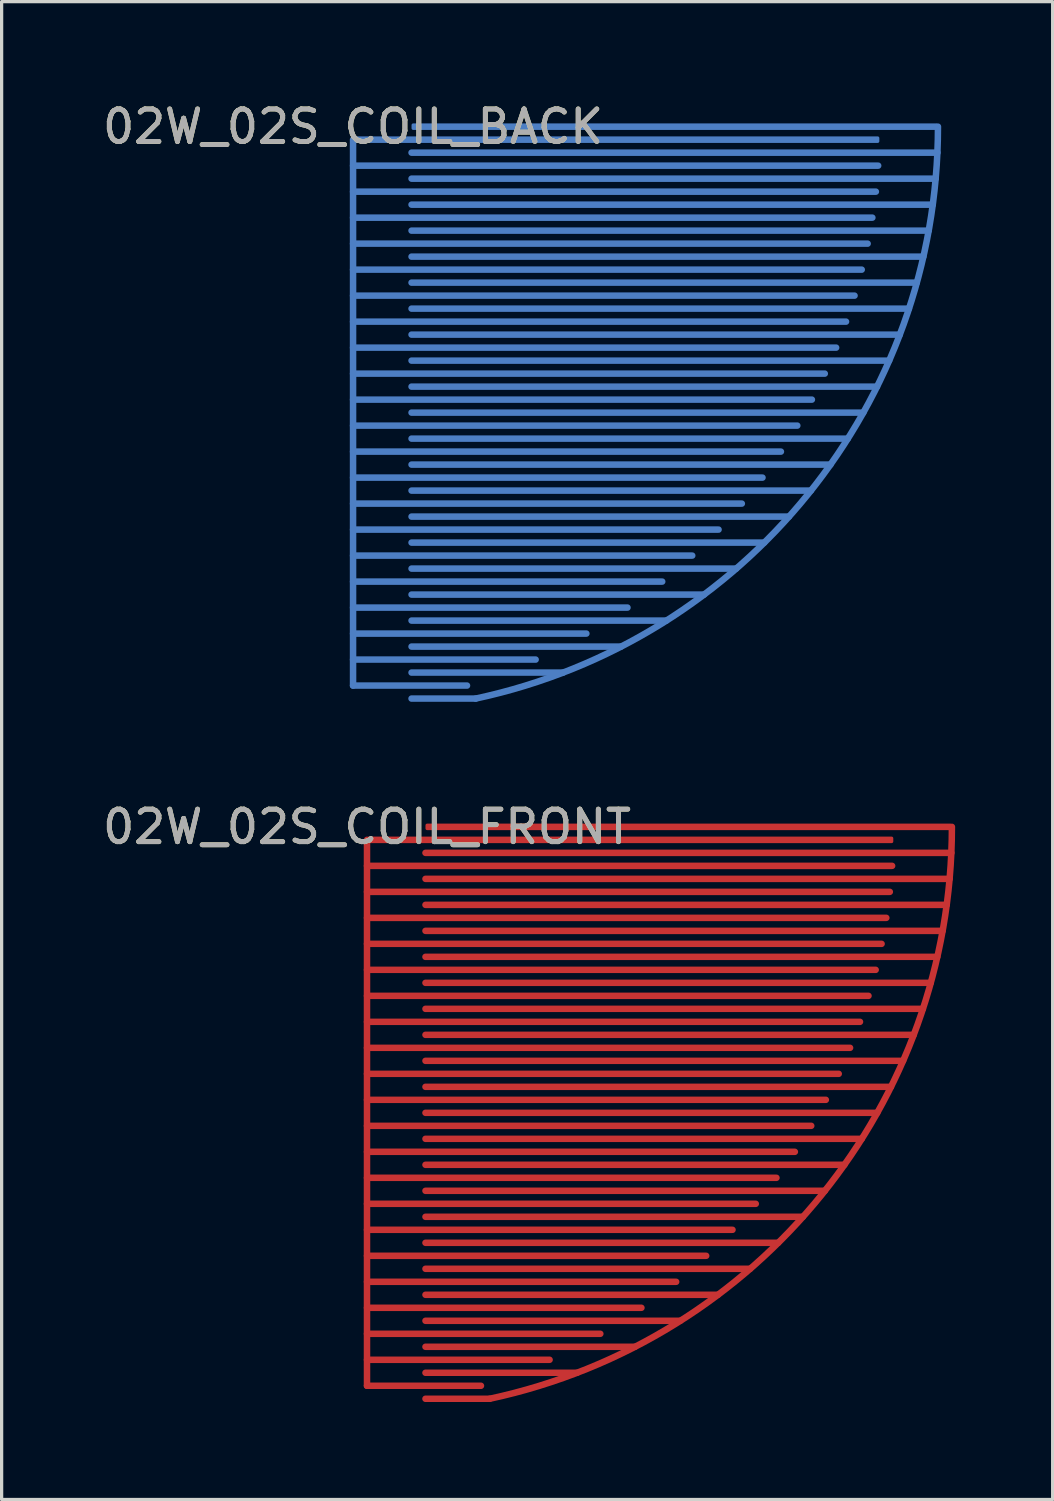
<source format=kicad_pcb>
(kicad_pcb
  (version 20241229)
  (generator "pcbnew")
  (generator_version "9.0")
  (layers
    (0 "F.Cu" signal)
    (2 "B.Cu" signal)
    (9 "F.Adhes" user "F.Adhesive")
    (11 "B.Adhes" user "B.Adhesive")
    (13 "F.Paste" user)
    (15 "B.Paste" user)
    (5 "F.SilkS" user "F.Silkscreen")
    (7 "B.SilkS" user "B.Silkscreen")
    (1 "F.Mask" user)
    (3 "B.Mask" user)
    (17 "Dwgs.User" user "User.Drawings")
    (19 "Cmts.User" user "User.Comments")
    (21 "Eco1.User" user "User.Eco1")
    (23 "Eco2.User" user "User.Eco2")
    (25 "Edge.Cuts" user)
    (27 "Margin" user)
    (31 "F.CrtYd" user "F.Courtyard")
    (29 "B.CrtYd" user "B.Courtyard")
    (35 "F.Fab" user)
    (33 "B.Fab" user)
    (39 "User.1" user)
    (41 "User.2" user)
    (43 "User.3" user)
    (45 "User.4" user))
  (footprint "02W_02S_COIL_FRONT"
    (layer "F.Cu")
    (at 8.244 22.396)
    (property "Reference" "02W_02S_COIL_FRONT" (at 0 0 0) (unlocked yes) (layer "F.SilkS") (effects (font (size 1 1) (thickness 0.15))))
    (attr smd exclude_from_pos_files exclude_from_bom allow_missing_courtyard)
    (fp_line (start 0 0.4) (end 0 17.2) (stroke (width 0.2) (type default)) (layer "F.Cu"))
    (fp_line (start 0 1.2) (end 16.16 1.2) (stroke (width 0.2) (type default)) (layer "F.Cu"))
    (fp_line (start 0 2) (end 16.089 2) (stroke (width 0.2) (type default)) (layer "F.Cu"))
    (fp_line (start 0 2.8) (end 15.981 2.8) (stroke (width 0.2) (type default)) (layer "F.Cu"))
    (fp_line (start 0 3.6) (end 15.836 3.6) (stroke (width 0.2) (type default)) (layer "F.Cu"))
    (fp_line (start 0 4.4) (end 15.654 4.4) (stroke (width 0.2) (type default)) (layer "F.Cu"))
    (fp_line (start 0 5.2) (end 15.433 5.2) (stroke (width 0.2) (type default)) (layer "F.Cu"))
    (fp_line (start 0 6) (end 15.171 6) (stroke (width 0.2) (type default)) (layer "F.Cu"))
    (fp_line (start 0 6.8) (end 14.866 6.8) (stroke (width 0.2) (type default)) (layer "F.Cu"))
    (fp_line (start 0 7.6) (end 14.517 7.6) (stroke (width 0.2) (type default)) (layer "F.Cu"))
    (fp_line (start 0 8.4) (end 14.12 8.4) (stroke (width 0.2) (type default)) (layer "F.Cu"))
    (fp_line (start 0 9.2) (end 13.671 9.2) (stroke (width 0.2) (type default)) (layer "F.Cu"))
    (fp_line (start 0 10) (end 13.167 10) (stroke (width 0.2) (type default)) (layer "F.Cu"))
    (fp_line (start 0 10.8) (end 12.6 10.8) (stroke (width 0.2) (type default)) (layer "F.Cu"))
    (fp_line (start 0 11.6) (end 11.964 11.6) (stroke (width 0.2) (type default)) (layer "F.Cu"))
    (fp_line (start 0 12.4) (end 11.248 12.4) (stroke (width 0.2) (type default)) (layer "F.Cu"))
    (fp_line (start 0 13.2) (end 10.438 13.2) (stroke (width 0.2) (type default)) (layer "F.Cu"))
    (fp_line (start 0 14) (end 9.514 14) (stroke (width 0.2) (type default)) (layer "F.Cu"))
    (fp_line (start 0 14.8) (end 8.445 14.8) (stroke (width 0.2) (type default)) (layer "F.Cu"))
    (fp_line (start 0 15.6) (end 7.18 15.6) (stroke (width 0.2) (type default)) (layer "F.Cu"))
    (fp_line (start 0 16.4) (end 5.619 16.4) (stroke (width 0.2) (type default)) (layer "F.Cu"))
    (fp_line (start 0 17.2) (end 3.507 17.2) (stroke (width 0.2) (type default)) (layer "F.Cu"))
    (fp_line (start 1.8 0.8) (end 17.982 0.8) (stroke (width 0.2) (type default)) (layer "F.Cu"))
    (fp_line (start 1.8 1.6) (end 17.929 1.6) (stroke (width 0.2) (type default)) (layer "F.Cu"))
    (fp_line (start 1.8 2.4) (end 17.839 2.4) (stroke (width 0.2) (type default)) (layer "F.Cu"))
    (fp_line (start 1.8 3.2) (end 17.713 3.2) (stroke (width 0.2) (type default)) (layer "F.Cu"))
    (fp_line (start 1.8 4) (end 17.55 4) (stroke (width 0.2) (type default)) (layer "F.Cu"))
    (fp_line (start 1.8 4.8) (end 17.348 4.8) (stroke (width 0.2) (type default)) (layer "F.Cu"))
    (fp_line (start 1.8 5.6) (end 17.107 5.6) (stroke (width 0.2) (type default)) (layer "F.Cu"))
    (fp_line (start 1.8 6.4) (end 16.824 6.4) (stroke (width 0.2) (type default)) (layer "F.Cu"))
    (fp_line (start 1.8 7.2) (end 16.497 7.2) (stroke (width 0.2) (type default)) (layer "F.Cu"))
    (fp_line (start 1.8 8) (end 16.125 8) (stroke (width 0.2) (type default)) (layer "F.Cu"))
    (fp_line (start 1.8 8.8) (end 15.702 8.8) (stroke (width 0.2) (type default)) (layer "F.Cu"))
    (fp_line (start 1.8 9.6) (end 15.226 9.6) (stroke (width 0.2) (type default)) (layer "F.Cu"))
    (fp_line (start 1.8 10.4) (end 14.691 10.4) (stroke (width 0.2) (type default)) (layer "F.Cu"))
    (fp_line (start 1.8 11.2) (end 14.091 11.2) (stroke (width 0.2) (type default)) (layer "F.Cu"))
    (fp_line (start 1.8 12) (end 13.416 12) (stroke (width 0.2) (type default)) (layer "F.Cu"))
    (fp_line (start 1.8 12.8) (end 12.655 12.8) (stroke (width 0.2) (type default)) (layer "F.Cu"))
    (fp_line (start 1.8 13.6) (end 11.792 13.6) (stroke (width 0.2) (type default)) (layer "F.Cu"))
    (fp_line (start 1.8 14.4) (end 10.8 14.4) (stroke (width 0.2) (type default)) (layer "F.Cu"))
    (fp_line (start 1.8 15.2) (end 9.642 15.2) (stroke (width 0.2) (type default)) (layer "F.Cu"))
    (fp_line (start 1.8 16) (end 8.246 16) (stroke (width 0.2) (type default)) (layer "F.Cu"))
    (fp_line (start 1.8 16.8) (end 6.462 16.8) (stroke (width 0.2) (type default)) (layer "F.Cu"))
    (fp_line (start 1.8 17.6) (end 3.774 17.6) (stroke (width 0.2) (type default)) (layer "F.Cu"))
    (fp_arc (start 18 0) (mid 12.728 12.728) (end 3.774 17.6) (stroke (width 0.2) (type default)) (layer "F.Cu"))
    (fp_text user "${REFERENCE}" (at 0 0 0) (unlocked yes) (layer "F.Fab") (effects (font (size 1 1) (thickness 0.15))))
    (pad "1" smd roundrect (at 8.098 0.4) (size 16.196 0.2) (layers "F.Cu") (roundrect_rratio 0.25))
    (pad "2" smd roundrect (at 9.9 0) (size 16.2 0.2) (layers "F.Cu") (roundrect_rratio 0.25)))
  (footprint "02W_02S_COIL_BACK"
    (layer "F.Cu")
    (at 7.815 0.848)
    (property "Reference" "02W_02S_COIL_BACK" (at 0 0 0) (unlocked yes) (layer "F.SilkS") (effects (font (size 1 1) (thickness 0.15))))
    (attr smd exclude_from_pos_files exclude_from_bom allow_missing_courtyard)
    (fp_line (start 0 0.4) (end 0 17.2) (stroke (width 0.2) (type solid)) (layer "B.Cu"))
    (fp_line (start 0 1.2) (end 16.16 1.2) (stroke (width 0.2) (type solid)) (layer "B.Cu"))
    (fp_line (start 0 2) (end 16.089 2) (stroke (width 0.2) (type solid)) (layer "B.Cu"))
    (fp_line (start 0 2.8) (end 15.981 2.8) (stroke (width 0.2) (type solid)) (layer "B.Cu"))
    (fp_line (start 0 3.6) (end 15.836 3.6) (stroke (width 0.2) (type solid)) (layer "B.Cu"))
    (fp_line (start 0 4.4) (end 15.654 4.4) (stroke (width 0.2) (type solid)) (layer "B.Cu"))
    (fp_line (start 0 5.2) (end 15.433 5.2) (stroke (width 0.2) (type solid)) (layer "B.Cu"))
    (fp_line (start 0 6) (end 15.171 6) (stroke (width 0.2) (type solid)) (layer "B.Cu"))
    (fp_line (start 0 6.8) (end 14.866 6.8) (stroke (width 0.2) (type solid)) (layer "B.Cu"))
    (fp_line (start 0 7.6) (end 14.517 7.6) (stroke (width 0.2) (type solid)) (layer "B.Cu"))
    (fp_line (start 0 8.4) (end 14.12 8.4) (stroke (width 0.2) (type solid)) (layer "B.Cu"))
    (fp_line (start 0 9.2) (end 13.671 9.2) (stroke (width 0.2) (type solid)) (layer "B.Cu"))
    (fp_line (start 0 10) (end 13.167 10) (stroke (width 0.2) (type solid)) (layer "B.Cu"))
    (fp_line (start 0 10.8) (end 12.6 10.8) (stroke (width 0.2) (type solid)) (layer "B.Cu"))
    (fp_line (start 0 11.6) (end 11.964 11.6) (stroke (width 0.2) (type solid)) (layer "B.Cu"))
    (fp_line (start 0 12.4) (end 11.248 12.4) (stroke (width 0.2) (type solid)) (layer "B.Cu"))
    (fp_line (start 0 13.2) (end 10.438 13.2) (stroke (width 0.2) (type solid)) (layer "B.Cu"))
    (fp_line (start 0 14) (end 9.514 14) (stroke (width 0.2) (type solid)) (layer "B.Cu"))
    (fp_line (start 0 14.8) (end 8.445 14.8) (stroke (width 0.2) (type solid)) (layer "B.Cu"))
    (fp_line (start 0 15.6) (end 7.18 15.6) (stroke (width 0.2) (type solid)) (layer "B.Cu"))
    (fp_line (start 0 16.4) (end 5.619 16.4) (stroke (width 0.2) (type solid)) (layer "B.Cu"))
    (fp_line (start 0 17.2) (end 3.507 17.2) (stroke (width 0.2) (type solid)) (layer "B.Cu"))
    (fp_line (start 1.8 0.8) (end 17.982 0.8) (stroke (width 0.2) (type solid)) (layer "B.Cu"))
    (fp_line (start 1.8 1.6) (end 17.929 1.6) (stroke (width 0.2) (type solid)) (layer "B.Cu"))
    (fp_line (start 1.8 2.4) (end 17.839 2.4) (stroke (width 0.2) (type solid)) (layer "B.Cu"))
    (fp_line (start 1.8 3.2) (end 17.713 3.2) (stroke (width 0.2) (type solid)) (layer "B.Cu"))
    (fp_line (start 1.8 4) (end 17.55 4) (stroke (width 0.2) (type solid)) (layer "B.Cu"))
    (fp_line (start 1.8 4.8) (end 17.348 4.8) (stroke (width 0.2) (type solid)) (layer "B.Cu"))
    (fp_line (start 1.8 5.6) (end 17.107 5.6) (stroke (width 0.2) (type solid)) (layer "B.Cu"))
    (fp_line (start 1.8 6.4) (end 16.824 6.4) (stroke (width 0.2) (type solid)) (layer "B.Cu"))
    (fp_line (start 1.8 7.2) (end 16.497 7.2) (stroke (width 0.2) (type solid)) (layer "B.Cu"))
    (fp_line (start 1.8 8) (end 16.125 8) (stroke (width 0.2) (type solid)) (layer "B.Cu"))
    (fp_line (start 1.8 8.8) (end 15.702 8.8) (stroke (width 0.2) (type solid)) (layer "B.Cu"))
    (fp_line (start 1.8 9.6) (end 15.226 9.6) (stroke (width 0.2) (type solid)) (layer "B.Cu"))
    (fp_line (start 1.8 10.4) (end 14.691 10.4) (stroke (width 0.2) (type solid)) (layer "B.Cu"))
    (fp_line (start 1.8 11.2) (end 14.091 11.2) (stroke (width 0.2) (type solid)) (layer "B.Cu"))
    (fp_line (start 1.8 12) (end 13.416 12) (stroke (width 0.2) (type solid)) (layer "B.Cu"))
    (fp_line (start 1.8 12.8) (end 12.655 12.8) (stroke (width 0.2) (type solid)) (layer "B.Cu"))
    (fp_line (start 1.8 13.6) (end 11.792 13.6) (stroke (width 0.2) (type solid)) (layer "B.Cu"))
    (fp_line (start 1.8 14.4) (end 10.8 14.4) (stroke (width 0.2) (type solid)) (layer "B.Cu"))
    (fp_line (start 1.8 15.2) (end 9.642 15.2) (stroke (width 0.2) (type solid)) (layer "B.Cu"))
    (fp_line (start 1.8 16) (end 8.246 16) (stroke (width 0.2) (type solid)) (layer "B.Cu"))
    (fp_line (start 1.8 16.8) (end 6.462 16.8) (stroke (width 0.2) (type solid)) (layer "B.Cu"))
    (fp_line (start 1.8 17.6) (end 3.774 17.6) (stroke (width 0.2) (type solid)) (layer "B.Cu"))
    (fp_arc (start 18 0) (mid 12.728 12.728) (end 3.774 17.6) (stroke (width 0.2) (type solid)) (layer "B.Cu"))
    (fp_text user "${REFERENCE}" (at 0 0 0) (unlocked yes) (layer "F.Fab") (effects (font (size 1 1) (thickness 0.15))))
    (pad "1" smd roundrect (at 8.098 0.4) (size 16.196 0.2) (layers "B.Cu") (roundrect_rratio 0.25))
    (pad "2" smd roundrect (at 9.9 0) (size 16.2 0.2) (layers "B.Cu") (roundrect_rratio 0.25)))
  (gr_rect
    (start -3 -3)
    (end 29.344 43.096)
    (stroke (width 0.1) (type default))
    (fill no)
    (layer "Edge.Cuts")))
</source>
